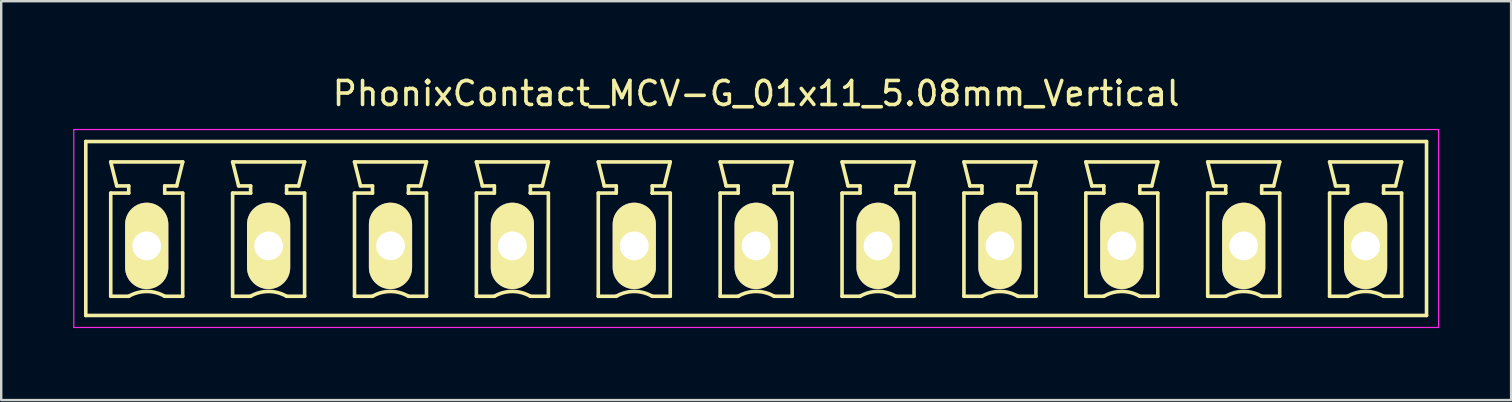
<source format=kicad_pcb>
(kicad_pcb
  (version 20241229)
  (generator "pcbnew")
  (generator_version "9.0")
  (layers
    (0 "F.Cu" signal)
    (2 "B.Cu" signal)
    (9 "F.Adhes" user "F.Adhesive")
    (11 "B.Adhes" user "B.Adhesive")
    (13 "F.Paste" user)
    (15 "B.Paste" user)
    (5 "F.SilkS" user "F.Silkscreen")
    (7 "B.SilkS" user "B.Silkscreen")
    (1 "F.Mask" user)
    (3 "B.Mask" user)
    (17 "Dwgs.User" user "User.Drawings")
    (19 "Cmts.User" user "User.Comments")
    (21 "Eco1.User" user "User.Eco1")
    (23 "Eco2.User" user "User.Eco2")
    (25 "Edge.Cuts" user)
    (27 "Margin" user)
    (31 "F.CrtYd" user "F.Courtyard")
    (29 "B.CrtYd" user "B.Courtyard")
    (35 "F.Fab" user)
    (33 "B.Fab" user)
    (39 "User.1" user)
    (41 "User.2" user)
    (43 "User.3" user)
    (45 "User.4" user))
  (footprint "PhonixContact_MCV-G_01x11_5.08mm_Vertical"
    (layer "F.Cu")
    (at 3.065 7.198)
    (property "Reference" "PhonixContact_MCV-G_01x11_5.08mm_Vertical" (at 25.4 -6.35 0) (layer "F.SilkS") (effects (font (size 1 1) (thickness 0.15))))
    (attr through_hole)
    (fp_line (start -2.54 -4.35) (end -2.54 2.9) (stroke (width 0.15) (type solid)) (layer "F.SilkS"))
    (fp_line (start -2.54 2.9) (end 53.34 2.9) (stroke (width 0.15) (type solid)) (layer "F.SilkS"))
    (fp_line (start -1.5 -3.5) (end 1.5 -3.5) (stroke (width 0.15) (type solid)) (layer "F.SilkS"))
    (fp_line (start -1.5 -2.2) (end -0.75 -2.2) (stroke (width 0.15) (type solid)) (layer "F.SilkS"))
    (fp_line (start -1.5 2.1) (end -1.5 -2.2) (stroke (width 0.15) (type solid)) (layer "F.SilkS"))
    (fp_line (start -1.25 -2.5) (end -1.5 -3.5) (stroke (width 0.15) (type solid)) (layer "F.SilkS"))
    (fp_line (start -0.75 -2.5) (end -1.25 -2.5) (stroke (width 0.15) (type solid)) (layer "F.SilkS"))
    (fp_line (start -0.75 -2.2) (end -0.75 -2.5) (stroke (width 0.15) (type solid)) (layer "F.SilkS"))
    (fp_line (start -0.75 2.1) (end -1.5 2.1) (stroke (width 0.15) (type solid)) (layer "F.SilkS"))
    (fp_line (start 0.75 -2.5) (end 0.75 -2.2) (stroke (width 0.15) (type solid)) (layer "F.SilkS"))
    (fp_line (start 0.75 -2.2) (end 0.75 -2.2) (stroke (width 0.15) (type solid)) (layer "F.SilkS"))
    (fp_line (start 0.75 -2.2) (end 1.5 -2.2) (stroke (width 0.15) (type solid)) (layer "F.SilkS"))
    (fp_line (start 1.25 -2.5) (end 0.75 -2.5) (stroke (width 0.15) (type solid)) (layer "F.SilkS"))
    (fp_line (start 1.5 -3.5) (end 1.25 -2.5) (stroke (width 0.15) (type solid)) (layer "F.SilkS"))
    (fp_line (start 1.5 -2.2) (end 1.5 2.1) (stroke (width 0.15) (type solid)) (layer "F.SilkS"))
    (fp_line (start 1.5 2.1) (end 0.75 2.1) (stroke (width 0.15) (type solid)) (layer "F.SilkS"))
    (fp_line (start 3.58 -3.5) (end 6.58 -3.5) (stroke (width 0.15) (type solid)) (layer "F.SilkS"))
    (fp_line (start 3.58 -2.2) (end 4.33 -2.2) (stroke (width 0.15) (type solid)) (layer "F.SilkS"))
    (fp_line (start 3.58 2.1) (end 3.58 -2.2) (stroke (width 0.15) (type solid)) (layer "F.SilkS"))
    (fp_line (start 3.83 -2.5) (end 3.58 -3.5) (stroke (width 0.15) (type solid)) (layer "F.SilkS"))
    (fp_line (start 4.33 -2.5) (end 3.83 -2.5) (stroke (width 0.15) (type solid)) (layer "F.SilkS"))
    (fp_line (start 4.33 -2.2) (end 4.33 -2.5) (stroke (width 0.15) (type solid)) (layer "F.SilkS"))
    (fp_line (start 4.33 2.1) (end 3.58 2.1) (stroke (width 0.15) (type solid)) (layer "F.SilkS"))
    (fp_line (start 5.83 -2.5) (end 5.83 -2.2) (stroke (width 0.15) (type solid)) (layer "F.SilkS"))
    (fp_line (start 5.83 -2.2) (end 5.83 -2.2) (stroke (width 0.15) (type solid)) (layer "F.SilkS"))
    (fp_line (start 5.83 -2.2) (end 6.58 -2.2) (stroke (width 0.15) (type solid)) (layer "F.SilkS"))
    (fp_line (start 6.33 -2.5) (end 5.83 -2.5) (stroke (width 0.15) (type solid)) (layer "F.SilkS"))
    (fp_line (start 6.58 -3.5) (end 6.33 -2.5) (stroke (width 0.15) (type solid)) (layer "F.SilkS"))
    (fp_line (start 6.58 -2.2) (end 6.58 2.1) (stroke (width 0.15) (type solid)) (layer "F.SilkS"))
    (fp_line (start 6.58 2.1) (end 5.83 2.1) (stroke (width 0.15) (type solid)) (layer "F.SilkS"))
    (fp_line (start 8.66 -3.5) (end 11.66 -3.5) (stroke (width 0.15) (type solid)) (layer "F.SilkS"))
    (fp_line (start 8.66 -2.2) (end 9.41 -2.2) (stroke (width 0.15) (type solid)) (layer "F.SilkS"))
    (fp_line (start 8.66 2.1) (end 8.66 -2.2) (stroke (width 0.15) (type solid)) (layer "F.SilkS"))
    (fp_line (start 8.91 -2.5) (end 8.66 -3.5) (stroke (width 0.15) (type solid)) (layer "F.SilkS"))
    (fp_line (start 9.41 -2.5) (end 8.91 -2.5) (stroke (width 0.15) (type solid)) (layer "F.SilkS"))
    (fp_line (start 9.41 -2.2) (end 9.41 -2.5) (stroke (width 0.15) (type solid)) (layer "F.SilkS"))
    (fp_line (start 9.41 2.1) (end 8.66 2.1) (stroke (width 0.15) (type solid)) (layer "F.SilkS"))
    (fp_line (start 10.91 -2.5) (end 10.91 -2.2) (stroke (width 0.15) (type solid)) (layer "F.SilkS"))
    (fp_line (start 10.91 -2.2) (end 10.91 -2.2) (stroke (width 0.15) (type solid)) (layer "F.SilkS"))
    (fp_line (start 10.91 -2.2) (end 11.66 -2.2) (stroke (width 0.15) (type solid)) (layer "F.SilkS"))
    (fp_line (start 11.41 -2.5) (end 10.91 -2.5) (stroke (width 0.15) (type solid)) (layer "F.SilkS"))
    (fp_line (start 11.66 -3.5) (end 11.41 -2.5) (stroke (width 0.15) (type solid)) (layer "F.SilkS"))
    (fp_line (start 11.66 -2.2) (end 11.66 2.1) (stroke (width 0.15) (type solid)) (layer "F.SilkS"))
    (fp_line (start 11.66 2.1) (end 10.91 2.1) (stroke (width 0.15) (type solid)) (layer "F.SilkS"))
    (fp_line (start 13.74 -3.5) (end 16.74 -3.5) (stroke (width 0.15) (type solid)) (layer "F.SilkS"))
    (fp_line (start 13.74 -2.2) (end 14.49 -2.2) (stroke (width 0.15) (type solid)) (layer "F.SilkS"))
    (fp_line (start 13.74 2.1) (end 13.74 -2.2) (stroke (width 0.15) (type solid)) (layer "F.SilkS"))
    (fp_line (start 13.99 -2.5) (end 13.74 -3.5) (stroke (width 0.15) (type solid)) (layer "F.SilkS"))
    (fp_line (start 14.49 -2.5) (end 13.99 -2.5) (stroke (width 0.15) (type solid)) (layer "F.SilkS"))
    (fp_line (start 14.49 -2.2) (end 14.49 -2.5) (stroke (width 0.15) (type solid)) (layer "F.SilkS"))
    (fp_line (start 14.49 2.1) (end 13.74 2.1) (stroke (width 0.15) (type solid)) (layer "F.SilkS"))
    (fp_line (start 15.99 -2.5) (end 15.99 -2.2) (stroke (width 0.15) (type solid)) (layer "F.SilkS"))
    (fp_line (start 15.99 -2.2) (end 15.99 -2.2) (stroke (width 0.15) (type solid)) (layer "F.SilkS"))
    (fp_line (start 15.99 -2.2) (end 16.74 -2.2) (stroke (width 0.15) (type solid)) (layer "F.SilkS"))
    (fp_line (start 16.49 -2.5) (end 15.99 -2.5) (stroke (width 0.15) (type solid)) (layer "F.SilkS"))
    (fp_line (start 16.74 -3.5) (end 16.49 -2.5) (stroke (width 0.15) (type solid)) (layer "F.SilkS"))
    (fp_line (start 16.74 -2.2) (end 16.74 2.1) (stroke (width 0.15) (type solid)) (layer "F.SilkS"))
    (fp_line (start 16.74 2.1) (end 15.99 2.1) (stroke (width 0.15) (type solid)) (layer "F.SilkS"))
    (fp_line (start 18.82 -3.5) (end 21.82 -3.5) (stroke (width 0.15) (type solid)) (layer "F.SilkS"))
    (fp_line (start 18.82 -2.2) (end 19.57 -2.2) (stroke (width 0.15) (type solid)) (layer "F.SilkS"))
    (fp_line (start 18.82 2.1) (end 18.82 -2.2) (stroke (width 0.15) (type solid)) (layer "F.SilkS"))
    (fp_line (start 19.07 -2.5) (end 18.82 -3.5) (stroke (width 0.15) (type solid)) (layer "F.SilkS"))
    (fp_line (start 19.57 -2.5) (end 19.07 -2.5) (stroke (width 0.15) (type solid)) (layer "F.SilkS"))
    (fp_line (start 19.57 -2.2) (end 19.57 -2.5) (stroke (width 0.15) (type solid)) (layer "F.SilkS"))
    (fp_line (start 19.57 2.1) (end 18.82 2.1) (stroke (width 0.15) (type solid)) (layer "F.SilkS"))
    (fp_line (start 21.07 -2.5) (end 21.07 -2.2) (stroke (width 0.15) (type solid)) (layer "F.SilkS"))
    (fp_line (start 21.07 -2.2) (end 21.07 -2.2) (stroke (width 0.15) (type solid)) (layer "F.SilkS"))
    (fp_line (start 21.07 -2.2) (end 21.82 -2.2) (stroke (width 0.15) (type solid)) (layer "F.SilkS"))
    (fp_line (start 21.57 -2.5) (end 21.07 -2.5) (stroke (width 0.15) (type solid)) (layer "F.SilkS"))
    (fp_line (start 21.82 -3.5) (end 21.57 -2.5) (stroke (width 0.15) (type solid)) (layer "F.SilkS"))
    (fp_line (start 21.82 -2.2) (end 21.82 2.1) (stroke (width 0.15) (type solid)) (layer "F.SilkS"))
    (fp_line (start 21.82 2.1) (end 21.07 2.1) (stroke (width 0.15) (type solid)) (layer "F.SilkS"))
    (fp_line (start 23.9 -3.5) (end 26.9 -3.5) (stroke (width 0.15) (type solid)) (layer "F.SilkS"))
    (fp_line (start 23.9 -2.2) (end 24.65 -2.2) (stroke (width 0.15) (type solid)) (layer "F.SilkS"))
    (fp_line (start 23.9 2.1) (end 23.9 -2.2) (stroke (width 0.15) (type solid)) (layer "F.SilkS"))
    (fp_line (start 24.15 -2.5) (end 23.9 -3.5) (stroke (width 0.15) (type solid)) (layer "F.SilkS"))
    (fp_line (start 24.65 -2.5) (end 24.15 -2.5) (stroke (width 0.15) (type solid)) (layer "F.SilkS"))
    (fp_line (start 24.65 -2.2) (end 24.65 -2.5) (stroke (width 0.15) (type solid)) (layer "F.SilkS"))
    (fp_line (start 24.65 2.1) (end 23.9 2.1) (stroke (width 0.15) (type solid)) (layer "F.SilkS"))
    (fp_line (start 26.15 -2.5) (end 26.15 -2.2) (stroke (width 0.15) (type solid)) (layer "F.SilkS"))
    (fp_line (start 26.15 -2.2) (end 26.15 -2.2) (stroke (width 0.15) (type solid)) (layer "F.SilkS"))
    (fp_line (start 26.15 -2.2) (end 26.9 -2.2) (stroke (width 0.15) (type solid)) (layer "F.SilkS"))
    (fp_line (start 26.65 -2.5) (end 26.15 -2.5) (stroke (width 0.15) (type solid)) (layer "F.SilkS"))
    (fp_line (start 26.9 -3.5) (end 26.65 -2.5) (stroke (width 0.15) (type solid)) (layer "F.SilkS"))
    (fp_line (start 26.9 -2.2) (end 26.9 2.1) (stroke (width 0.15) (type solid)) (layer "F.SilkS"))
    (fp_line (start 26.9 2.1) (end 26.15 2.1) (stroke (width 0.15) (type solid)) (layer "F.SilkS"))
    (fp_line (start 28.98 -3.5) (end 31.98 -3.5) (stroke (width 0.15) (type solid)) (layer "F.SilkS"))
    (fp_line (start 28.98 -2.2) (end 29.73 -2.2) (stroke (width 0.15) (type solid)) (layer "F.SilkS"))
    (fp_line (start 28.98 2.1) (end 28.98 -2.2) (stroke (width 0.15) (type solid)) (layer "F.SilkS"))
    (fp_line (start 29.23 -2.5) (end 28.98 -3.5) (stroke (width 0.15) (type solid)) (layer "F.SilkS"))
    (fp_line (start 29.73 -2.5) (end 29.23 -2.5) (stroke (width 0.15) (type solid)) (layer "F.SilkS"))
    (fp_line (start 29.73 -2.2) (end 29.73 -2.5) (stroke (width 0.15) (type solid)) (layer "F.SilkS"))
    (fp_line (start 29.73 2.1) (end 28.98 2.1) (stroke (width 0.15) (type solid)) (layer "F.SilkS"))
    (fp_line (start 31.23 -2.5) (end 31.23 -2.2) (stroke (width 0.15) (type solid)) (layer "F.SilkS"))
    (fp_line (start 31.23 -2.2) (end 31.23 -2.2) (stroke (width 0.15) (type solid)) (layer "F.SilkS"))
    (fp_line (start 31.23 -2.2) (end 31.98 -2.2) (stroke (width 0.15) (type solid)) (layer "F.SilkS"))
    (fp_line (start 31.73 -2.5) (end 31.23 -2.5) (stroke (width 0.15) (type solid)) (layer "F.SilkS"))
    (fp_line (start 31.98 -3.5) (end 31.73 -2.5) (stroke (width 0.15) (type solid)) (layer "F.SilkS"))
    (fp_line (start 31.98 -2.2) (end 31.98 2.1) (stroke (width 0.15) (type solid)) (layer "F.SilkS"))
    (fp_line (start 31.98 2.1) (end 31.23 2.1) (stroke (width 0.15) (type solid)) (layer "F.SilkS"))
    (fp_line (start 34.06 -3.5) (end 37.06 -3.5) (stroke (width 0.15) (type solid)) (layer "F.SilkS"))
    (fp_line (start 34.06 -2.2) (end 34.81 -2.2) (stroke (width 0.15) (type solid)) (layer "F.SilkS"))
    (fp_line (start 34.06 2.1) (end 34.06 -2.2) (stroke (width 0.15) (type solid)) (layer "F.SilkS"))
    (fp_line (start 34.31 -2.5) (end 34.06 -3.5) (stroke (width 0.15) (type solid)) (layer "F.SilkS"))
    (fp_line (start 34.81 -2.5) (end 34.31 -2.5) (stroke (width 0.15) (type solid)) (layer "F.SilkS"))
    (fp_line (start 34.81 -2.2) (end 34.81 -2.5) (stroke (width 0.15) (type solid)) (layer "F.SilkS"))
    (fp_line (start 34.81 2.1) (end 34.06 2.1) (stroke (width 0.15) (type solid)) (layer "F.SilkS"))
    (fp_line (start 36.31 -2.5) (end 36.31 -2.2) (stroke (width 0.15) (type solid)) (layer "F.SilkS"))
    (fp_line (start 36.31 -2.2) (end 36.31 -2.2) (stroke (width 0.15) (type solid)) (layer "F.SilkS"))
    (fp_line (start 36.31 -2.2) (end 37.06 -2.2) (stroke (width 0.15) (type solid)) (layer "F.SilkS"))
    (fp_line (start 36.81 -2.5) (end 36.31 -2.5) (stroke (width 0.15) (type solid)) (layer "F.SilkS"))
    (fp_line (start 37.06 -3.5) (end 36.81 -2.5) (stroke (width 0.15) (type solid)) (layer "F.SilkS"))
    (fp_line (start 37.06 -2.2) (end 37.06 2.1) (stroke (width 0.15) (type solid)) (layer "F.SilkS"))
    (fp_line (start 37.06 2.1) (end 36.31 2.1) (stroke (width 0.15) (type solid)) (layer "F.SilkS"))
    (fp_line (start 39.14 -3.5) (end 42.14 -3.5) (stroke (width 0.15) (type solid)) (layer "F.SilkS"))
    (fp_line (start 39.14 -2.2) (end 39.89 -2.2) (stroke (width 0.15) (type solid)) (layer "F.SilkS"))
    (fp_line (start 39.14 2.1) (end 39.14 -2.2) (stroke (width 0.15) (type solid)) (layer "F.SilkS"))
    (fp_line (start 39.39 -2.5) (end 39.14 -3.5) (stroke (width 0.15) (type solid)) (layer "F.SilkS"))
    (fp_line (start 39.89 -2.5) (end 39.39 -2.5) (stroke (width 0.15) (type solid)) (layer "F.SilkS"))
    (fp_line (start 39.89 -2.2) (end 39.89 -2.5) (stroke (width 0.15) (type solid)) (layer "F.SilkS"))
    (fp_line (start 39.89 2.1) (end 39.14 2.1) (stroke (width 0.15) (type solid)) (layer "F.SilkS"))
    (fp_line (start 41.39 -2.5) (end 41.39 -2.2) (stroke (width 0.15) (type solid)) (layer "F.SilkS"))
    (fp_line (start 41.39 -2.2) (end 41.39 -2.2) (stroke (width 0.15) (type solid)) (layer "F.SilkS"))
    (fp_line (start 41.39 -2.2) (end 42.14 -2.2) (stroke (width 0.15) (type solid)) (layer "F.SilkS"))
    (fp_line (start 41.89 -2.5) (end 41.39 -2.5) (stroke (width 0.15) (type solid)) (layer "F.SilkS"))
    (fp_line (start 42.14 -3.5) (end 41.89 -2.5) (stroke (width 0.15) (type solid)) (layer "F.SilkS"))
    (fp_line (start 42.14 -2.2) (end 42.14 2.1) (stroke (width 0.15) (type solid)) (layer "F.SilkS"))
    (fp_line (start 42.14 2.1) (end 41.39 2.1) (stroke (width 0.15) (type solid)) (layer "F.SilkS"))
    (fp_line (start 44.22 -3.5) (end 47.22 -3.5) (stroke (width 0.15) (type solid)) (layer "F.SilkS"))
    (fp_line (start 44.22 -2.2) (end 44.97 -2.2) (stroke (width 0.15) (type solid)) (layer "F.SilkS"))
    (fp_line (start 44.22 2.1) (end 44.22 -2.2) (stroke (width 0.15) (type solid)) (layer "F.SilkS"))
    (fp_line (start 44.47 -2.5) (end 44.22 -3.5) (stroke (width 0.15) (type solid)) (layer "F.SilkS"))
    (fp_line (start 44.97 -2.5) (end 44.47 -2.5) (stroke (width 0.15) (type solid)) (layer "F.SilkS"))
    (fp_line (start 44.97 -2.2) (end 44.97 -2.5) (stroke (width 0.15) (type solid)) (layer "F.SilkS"))
    (fp_line (start 44.97 2.1) (end 44.22 2.1) (stroke (width 0.15) (type solid)) (layer "F.SilkS"))
    (fp_line (start 46.47 -2.5) (end 46.47 -2.2) (stroke (width 0.15) (type solid)) (layer "F.SilkS"))
    (fp_line (start 46.47 -2.2) (end 46.47 -2.2) (stroke (width 0.15) (type solid)) (layer "F.SilkS"))
    (fp_line (start 46.47 -2.2) (end 47.22 -2.2) (stroke (width 0.15) (type solid)) (layer "F.SilkS"))
    (fp_line (start 46.97 -2.5) (end 46.47 -2.5) (stroke (width 0.15) (type solid)) (layer "F.SilkS"))
    (fp_line (start 47.22 -3.5) (end 46.97 -2.5) (stroke (width 0.15) (type solid)) (layer "F.SilkS"))
    (fp_line (start 47.22 -2.2) (end 47.22 2.1) (stroke (width 0.15) (type solid)) (layer "F.SilkS"))
    (fp_line (start 47.22 2.1) (end 46.47 2.1) (stroke (width 0.15) (type solid)) (layer "F.SilkS"))
    (fp_line (start 49.3 -3.5) (end 52.3 -3.5) (stroke (width 0.15) (type solid)) (layer "F.SilkS"))
    (fp_line (start 49.3 -2.2) (end 50.05 -2.2) (stroke (width 0.15) (type solid)) (layer "F.SilkS"))
    (fp_line (start 49.3 2.1) (end 49.3 -2.2) (stroke (width 0.15) (type solid)) (layer "F.SilkS"))
    (fp_line (start 49.55 -2.5) (end 49.3 -3.5) (stroke (width 0.15) (type solid)) (layer "F.SilkS"))
    (fp_line (start 50.05 -2.5) (end 49.55 -2.5) (stroke (width 0.15) (type solid)) (layer "F.SilkS"))
    (fp_line (start 50.05 -2.2) (end 50.05 -2.5) (stroke (width 0.15) (type solid)) (layer "F.SilkS"))
    (fp_line (start 50.05 2.1) (end 49.3 2.1) (stroke (width 0.15) (type solid)) (layer "F.SilkS"))
    (fp_line (start 51.55 -2.5) (end 51.55 -2.2) (stroke (width 0.15) (type solid)) (layer "F.SilkS"))
    (fp_line (start 51.55 -2.2) (end 51.55 -2.2) (stroke (width 0.15) (type solid)) (layer "F.SilkS"))
    (fp_line (start 51.55 -2.2) (end 52.3 -2.2) (stroke (width 0.15) (type solid)) (layer "F.SilkS"))
    (fp_line (start 52.05 -2.5) (end 51.55 -2.5) (stroke (width 0.15) (type solid)) (layer "F.SilkS"))
    (fp_line (start 52.3 -3.5) (end 52.05 -2.5) (stroke (width 0.15) (type solid)) (layer "F.SilkS"))
    (fp_line (start 52.3 -2.2) (end 52.3 2.1) (stroke (width 0.15) (type solid)) (layer "F.SilkS"))
    (fp_line (start 52.3 2.1) (end 51.55 2.1) (stroke (width 0.15) (type solid)) (layer "F.SilkS"))
    (fp_line (start 53.34 -4.35) (end -2.54 -4.35) (stroke (width 0.15) (type solid)) (layer "F.SilkS"))
    (fp_line (start 53.34 2.9) (end 53.34 -4.35) (stroke (width 0.15) (type solid)) (layer "F.SilkS"))
    (fp_arc (start -0.75 2.1) (mid -0.006068 1.899179) (end 0.739464 2.093978) (stroke (width 0.15) (type solid)) (layer "F.SilkS"))
    (fp_arc (start 4.33 2.1) (mid 5.073932 1.899179) (end 5.819464 2.093978) (stroke (width 0.15) (type solid)) (layer "F.SilkS"))
    (fp_arc (start 9.41 2.1) (mid 10.153932 1.899179) (end 10.899464 2.093978) (stroke (width 0.15) (type solid)) (layer "F.SilkS"))
    (fp_arc (start 14.49 2.1) (mid 15.233932 1.899179) (end 15.979464 2.093978) (stroke (width 0.15) (type solid)) (layer "F.SilkS"))
    (fp_arc (start 19.57 2.1) (mid 20.313932 1.899179) (end 21.059464 2.093978) (stroke (width 0.15) (type solid)) (layer "F.SilkS"))
    (fp_arc (start 24.65 2.1) (mid 25.393932 1.899179) (end 26.139464 2.093978) (stroke (width 0.15) (type solid)) (layer "F.SilkS"))
    (fp_arc (start 29.73 2.1) (mid 30.473932 1.899179) (end 31.219464 2.093978) (stroke (width 0.15) (type solid)) (layer "F.SilkS"))
    (fp_arc (start 34.81 2.1) (mid 35.553932 1.899179) (end 36.299464 2.093978) (stroke (width 0.15) (type solid)) (layer "F.SilkS"))
    (fp_arc (start 39.89 2.1) (mid 40.633932 1.899179) (end 41.379464 2.093978) (stroke (width 0.15) (type solid)) (layer "F.SilkS"))
    (fp_arc (start 44.97 2.1) (mid 45.713932 1.899179) (end 46.459464 2.093978) (stroke (width 0.15) (type solid)) (layer "F.SilkS"))
    (fp_arc (start 50.05 2.1) (mid 50.793932 1.899179) (end 51.539464 2.093978) (stroke (width 0.15) (type solid)) (layer "F.SilkS"))
    (fp_line (start -3.04 -4.85) (end -3.04 3.4) (stroke (width 0.05) (type solid)) (layer "F.CrtYd"))
    (fp_line (start -3.04 3.4) (end 53.84 3.4) (stroke (width 0.05) (type solid)) (layer "F.CrtYd"))
    (fp_line (start 53.84 -4.85) (end -3.04 -4.85) (stroke (width 0.05) (type solid)) (layer "F.CrtYd"))
    (fp_line (start 53.84 3.4) (end 53.84 -4.85) (stroke (width 0.05) (type solid)) (layer "F.CrtYd"))
    (pad "1" thru_hole oval (at 0 0) (size 1.8 3.6) (drill 1.2) (layers "*.Cu" "*.Mask" "F.SilkS"))
    (pad "2" thru_hole oval (at 5.08 0) (size 1.8 3.6) (drill 1.2) (layers "*.Cu" "*.Mask" "F.SilkS"))
    (pad "3" thru_hole oval (at 10.16 0) (size 1.8 3.6) (drill 1.2) (layers "*.Cu" "*.Mask" "F.SilkS"))
    (pad "4" thru_hole oval (at 15.24 0) (size 1.8 3.6) (drill 1.2) (layers "*.Cu" "*.Mask" "F.SilkS"))
    (pad "5" thru_hole oval (at 20.32 0) (size 1.8 3.6) (drill 1.2) (layers "*.Cu" "*.Mask" "F.SilkS"))
    (pad "6" thru_hole oval (at 25.4 0) (size 1.8 3.6) (drill 1.2) (layers "*.Cu" "*.Mask" "F.SilkS"))
    (pad "7" thru_hole oval (at 30.48 0) (size 1.8 3.6) (drill 1.2) (layers "*.Cu" "*.Mask" "F.SilkS"))
    (pad "8" thru_hole oval (at 35.56 0) (size 1.8 3.6) (drill 1.2) (layers "*.Cu" "*.Mask" "F.SilkS"))
    (pad "9" thru_hole oval (at 40.64 0) (size 1.8 3.6) (drill 1.2) (layers "*.Cu" "*.Mask" "F.SilkS"))
    (pad "10" thru_hole oval (at 45.72 0) (size 1.8 3.6) (drill 1.2) (layers "*.Cu" "*.Mask" "F.SilkS"))
    (pad "11" thru_hole oval (at 50.8 0) (size 1.8 3.6) (drill 1.2) (layers "*.Cu" "*.Mask" "F.SilkS")))
  (gr_rect
    (start -3 -3)
    (end 59.93 13.623)
    (stroke (width 0.1) (type default))
    (fill no)
    (layer "Edge.Cuts")))
</source>
